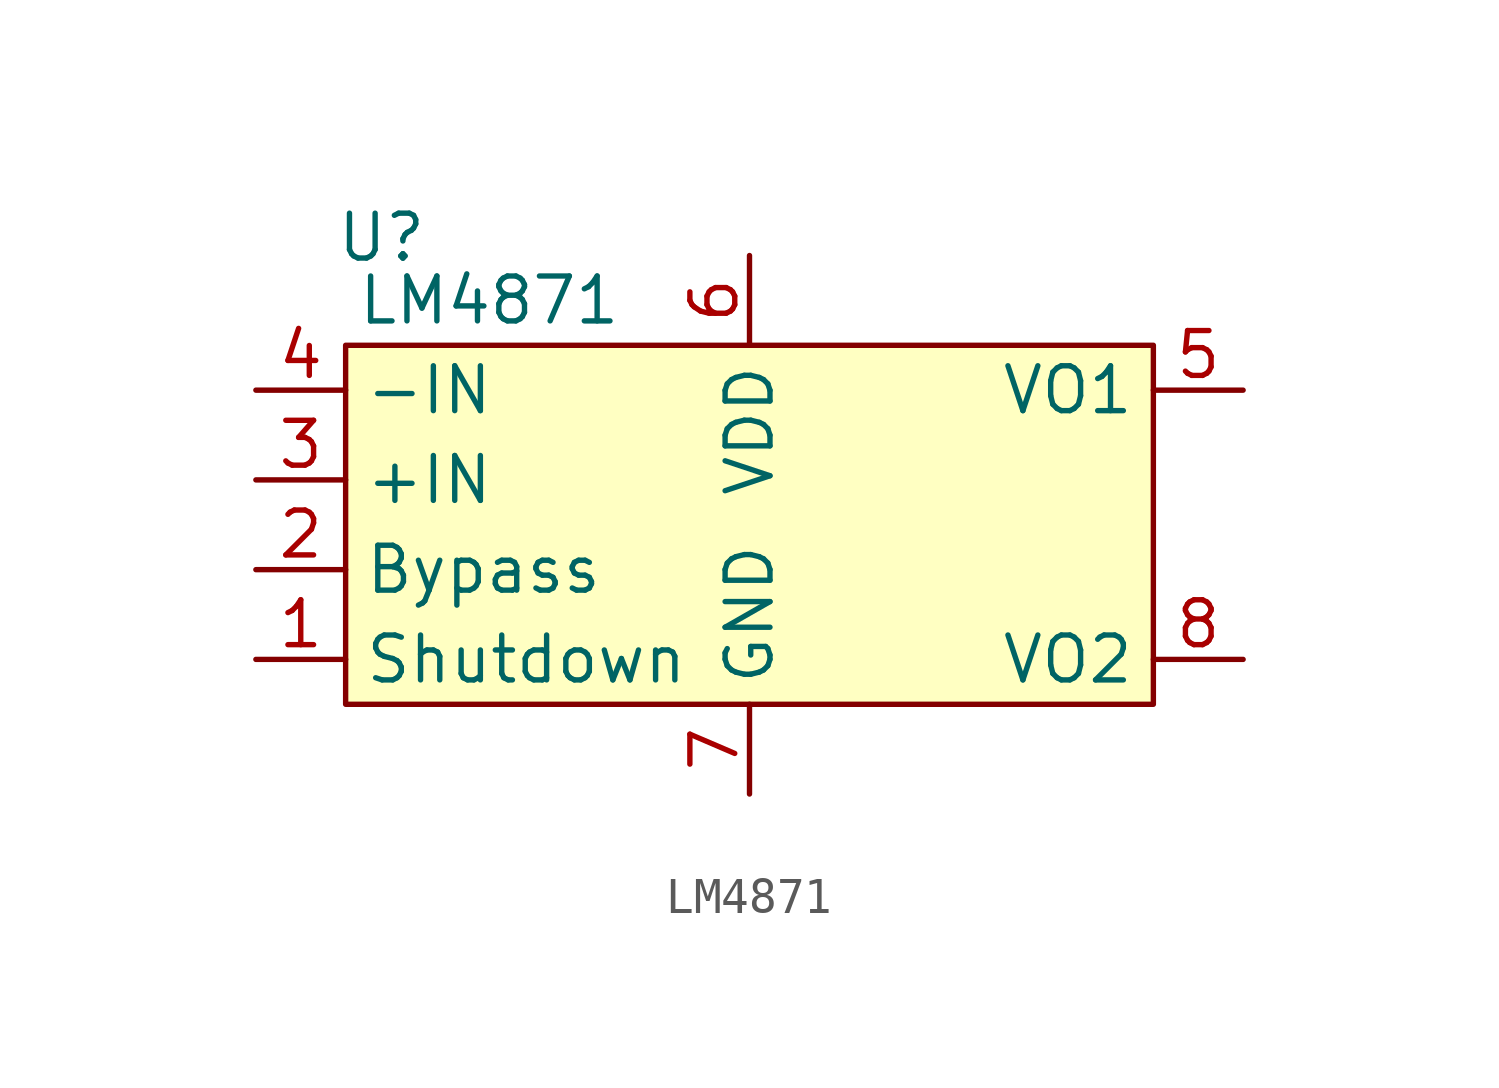
<source format=kicad_sym>
(kicad_symbol_lib
  (version 20231120)
  (generator "kicad_symbol_editor")
  (generator_version "8.0")
  (symbol "LM4871"
    (property "Reference" "U"
      (at -10.414 8.128 0)
      (effects (font (size 1.27 1.27))))
    (property "Value" "LM4871"
      (at -7.366 6.35 0)
      (effects (font (size 1.27 1.27))))
    (symbol "LM4871_0_1"
      (rectangle (start -11.43 5.08) (end 11.43 -5.08) (stroke (width 0) (type default)) (fill (type background))))
    (symbol "LM4871_1_1"
      (pin input line (at -13.97 -3.81 0) (length 2.54) (name "Shutdown" (effects (font (size 1.27 1.27)))) (number "1" (effects (font (size 1.27 1.27)))))
      (pin input line (at -13.97 -1.27 0) (length 2.54) (name "Bypass" (effects (font (size 1.27 1.27)))) (number "2" (effects (font (size 1.27 1.27)))))
      (pin input line (at -13.97 1.27 0) (length 2.54) (name "+IN" (effects (font (size 1.27 1.27)))) (number "3" (effects (font (size 1.27 1.27)))))
      (pin input line (at -13.97 3.81 0) (length 2.54) (name "-IN" (effects (font (size 1.27 1.27)))) (number "4" (effects (font (size 1.27 1.27)))))
      (pin input line (at 13.97 3.81 180) (length 2.54) (name "VO1" (effects (font (size 1.27 1.27)))) (number "5" (effects (font (size 1.27 1.27)))))
      (pin power_in line (at 0 7.62 270) (length 2.54) (name "VDD" (effects (font (size 1.27 1.27)))) (number "6" (effects (font (size 1.27 1.27)))))
      (pin power_in line (at 0 -7.62 90) (length 2.54) (name "GND" (effects (font (size 1.27 1.27)))) (number "7" (effects (font (size 1.27 1.27)))))
      (pin input line (at 13.97 -3.81 180) (length 2.54) (name "VO2" (effects (font (size 1.27 1.27)))) (number "8" (effects (font (size 1.27 1.27))))))))
</source>
